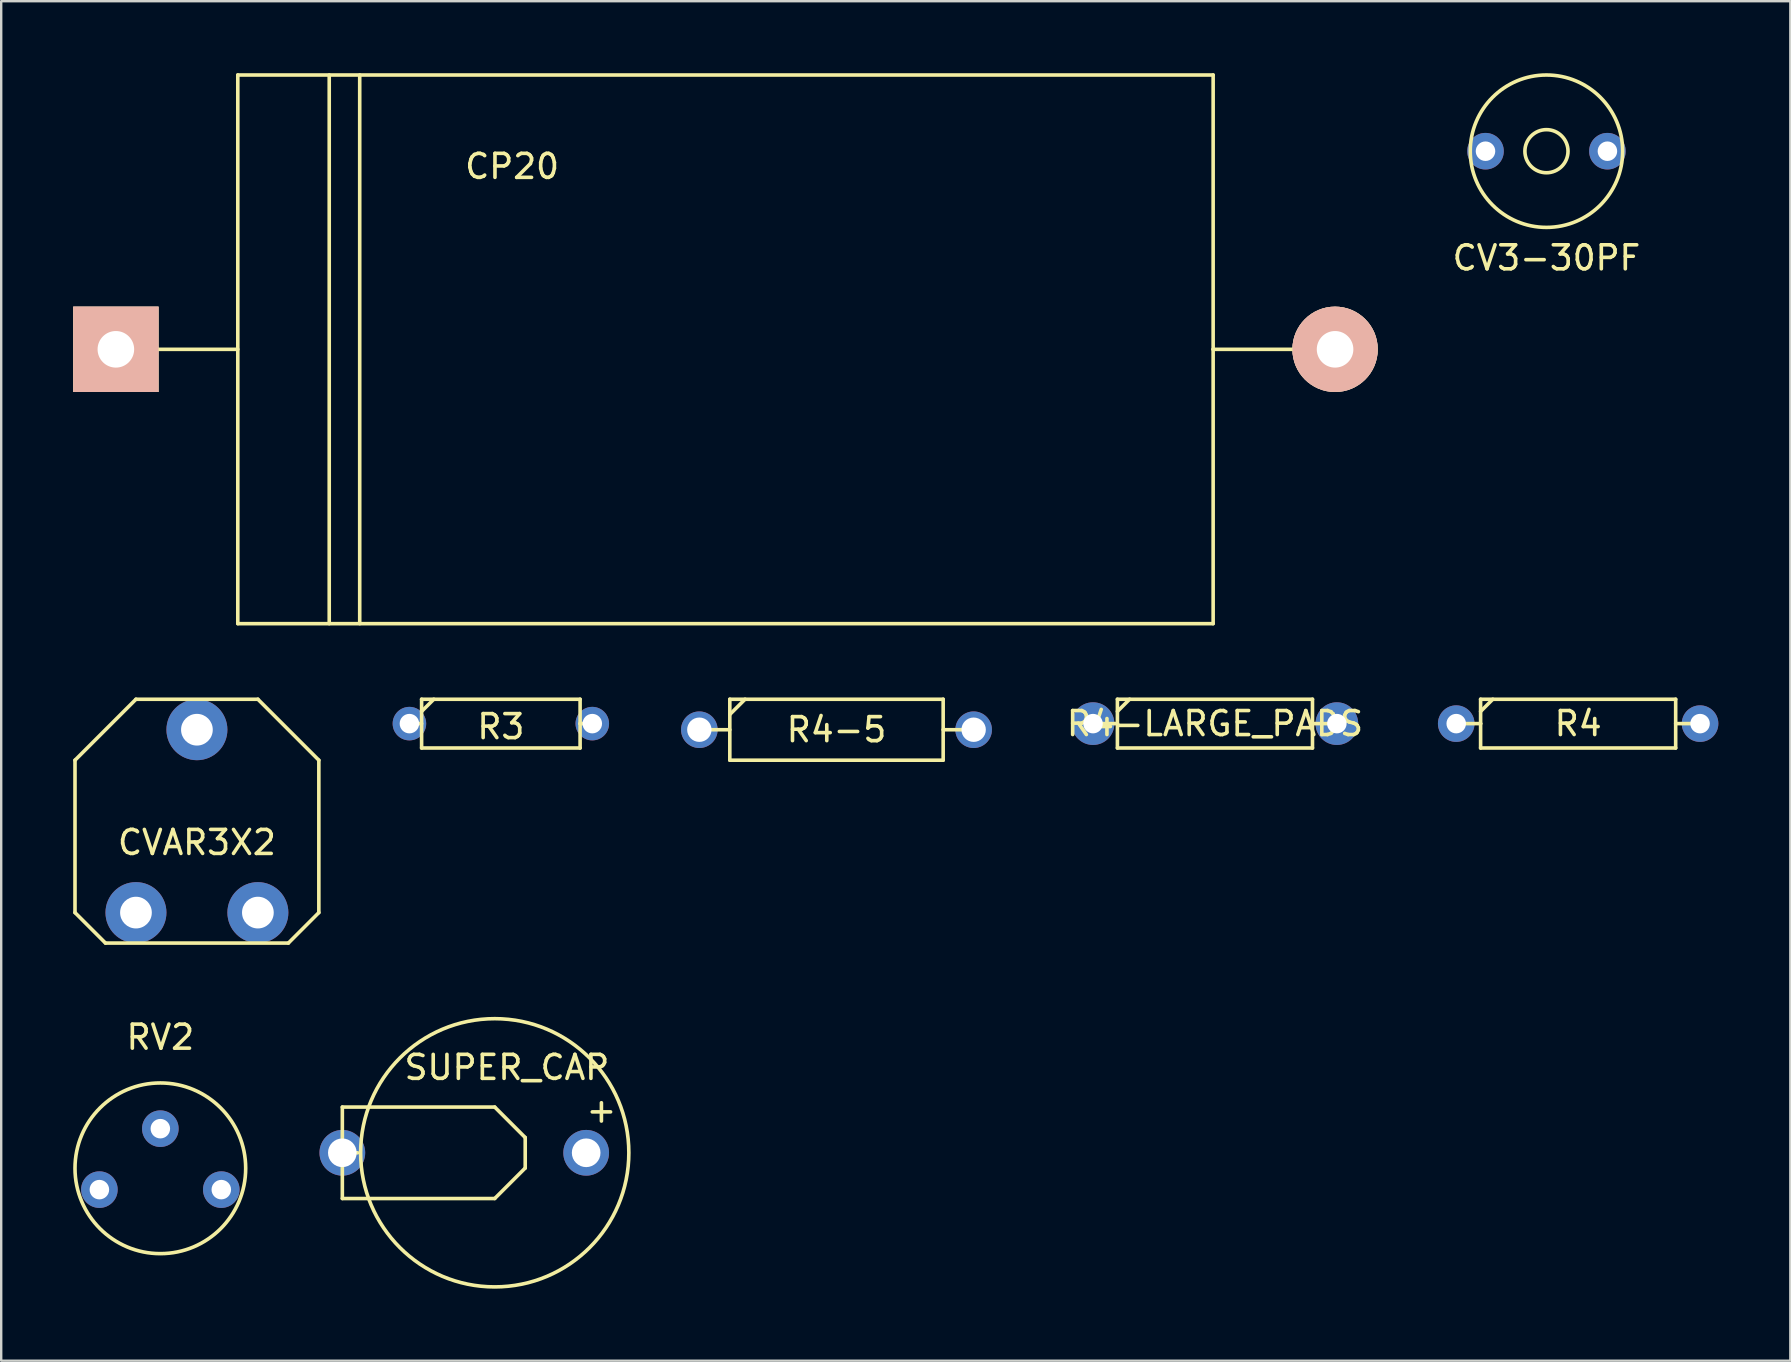
<source format=kicad_pcb>
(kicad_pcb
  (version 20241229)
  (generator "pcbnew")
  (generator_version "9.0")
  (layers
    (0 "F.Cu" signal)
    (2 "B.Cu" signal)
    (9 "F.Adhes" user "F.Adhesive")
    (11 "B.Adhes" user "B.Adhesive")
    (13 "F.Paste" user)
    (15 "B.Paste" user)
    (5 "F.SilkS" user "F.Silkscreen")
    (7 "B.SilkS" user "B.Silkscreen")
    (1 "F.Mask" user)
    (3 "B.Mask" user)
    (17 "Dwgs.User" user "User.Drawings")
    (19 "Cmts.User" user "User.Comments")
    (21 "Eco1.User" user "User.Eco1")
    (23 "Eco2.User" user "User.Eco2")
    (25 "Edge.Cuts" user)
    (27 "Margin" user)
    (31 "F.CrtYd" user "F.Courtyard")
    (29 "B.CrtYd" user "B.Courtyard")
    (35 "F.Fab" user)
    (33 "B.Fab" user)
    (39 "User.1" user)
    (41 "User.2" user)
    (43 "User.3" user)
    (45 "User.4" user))
  (footprint "R4-LARGE_PADS"
    (layer "F.Cu")
    (at 47.573 27.101)
    (property "Reference" "R4-LARGE_PADS" (at 0 0 0) (layer "F.SilkS") (effects (font (size 1 1) (thickness 0.15))))
    (attr through_hole)
    (fp_line (start -5.08 0) (end -4.064 0) (stroke (width 0.15) (type solid)) (layer "F.SilkS"))
    (fp_line (start -4.064 -1.016) (end 4.064 -1.016) (stroke (width 0.15) (type solid)) (layer "F.SilkS"))
    (fp_line (start -4.064 -0.508) (end -3.556 -1.016) (stroke (width 0.15) (type solid)) (layer "F.SilkS"))
    (fp_line (start -4.064 0) (end -4.064 -1.016) (stroke (width 0.15) (type solid)) (layer "F.SilkS"))
    (fp_line (start -4.064 1.016) (end -4.064 0) (stroke (width 0.15) (type solid)) (layer "F.SilkS"))
    (fp_line (start 4.064 -1.016) (end 4.064 1.016) (stroke (width 0.15) (type solid)) (layer "F.SilkS"))
    (fp_line (start 4.064 1.016) (end -4.064 1.016) (stroke (width 0.15) (type solid)) (layer "F.SilkS"))
    (fp_line (start 5.08 0) (end 4.064 0) (stroke (width 0.15) (type solid)) (layer "F.SilkS"))
    (pad "1" thru_hole circle (at -5.08 0) (size 1.778 1.778) (drill 0.813) (layers "*.Cu" "*.Mask"))
    (pad "2" thru_hole circle (at 5.08 0) (size 1.778 1.778) (drill 0.813) (layers "*.Cu" "*.Mask")))
  (footprint "R4-5"
    (layer "F.Cu")
    (at 31.804 27.355)
    (property "Reference" "R4-5" (at 0 0 0) (layer "F.SilkS") (effects (font (size 1 1) (thickness 0.15))))
    (attr through_hole)
    (fp_line (start -4.445 -1.27) (end -4.445 1.27) (stroke (width 0.15) (type solid)) (layer "F.SilkS"))
    (fp_line (start -4.445 -0.635) (end -3.81 -1.27) (stroke (width 0.15) (type solid)) (layer "F.SilkS"))
    (fp_line (start -4.445 0) (end -5.715 0) (stroke (width 0.15) (type solid)) (layer "F.SilkS"))
    (fp_line (start -4.445 1.27) (end 4.445 1.27) (stroke (width 0.15) (type solid)) (layer "F.SilkS"))
    (fp_line (start 4.445 -1.27) (end -4.445 -1.27) (stroke (width 0.15) (type solid)) (layer "F.SilkS"))
    (fp_line (start 4.445 0) (end 5.715 0) (stroke (width 0.15) (type solid)) (layer "F.SilkS"))
    (fp_line (start 4.445 1.27) (end 4.445 -1.27) (stroke (width 0.15) (type solid)) (layer "F.SilkS"))
    (pad "1" thru_hole circle (at -5.715 0) (size 1.524 1.524) (drill 1.016) (layers "*.Cu" "*.Mask"))
    (pad "2" thru_hole circle (at 5.715 0) (size 1.524 1.524) (drill 1.016) (layers "*.Cu" "*.Mask")))
  (footprint "R4"
    (layer "F.Cu")
    (at 62.706 27.101)
    (property "Reference" "R4" (at 0 0 0) (layer "F.SilkS") (effects (font (size 1 1) (thickness 0.15))))
    (attr through_hole)
    (fp_line (start -5.08 0) (end -4.064 0) (stroke (width 0.15) (type solid)) (layer "F.SilkS"))
    (fp_line (start -4.064 -1.016) (end 4.064 -1.016) (stroke (width 0.15) (type solid)) (layer "F.SilkS"))
    (fp_line (start -4.064 -0.508) (end -3.556 -1.016) (stroke (width 0.15) (type solid)) (layer "F.SilkS"))
    (fp_line (start -4.064 0) (end -4.064 -1.016) (stroke (width 0.15) (type solid)) (layer "F.SilkS"))
    (fp_line (start -4.064 1.016) (end -4.064 0) (stroke (width 0.15) (type solid)) (layer "F.SilkS"))
    (fp_line (start 4.064 -1.016) (end 4.064 1.016) (stroke (width 0.15) (type solid)) (layer "F.SilkS"))
    (fp_line (start 4.064 1.016) (end -4.064 1.016) (stroke (width 0.15) (type solid)) (layer "F.SilkS"))
    (fp_line (start 5.08 0) (end 4.064 0) (stroke (width 0.15) (type solid)) (layer "F.SilkS"))
    (pad "1" thru_hole circle (at -5.08 0) (size 1.524 1.524) (drill 0.813) (layers "*.Cu" "*.Mask"))
    (pad "2" thru_hole circle (at 5.08 0) (size 1.524 1.524) (drill 0.813) (layers "*.Cu" "*.Mask")))
  (footprint "CVAR3X2"
    (layer "F.Cu")
    (at 5.155 31.165)
    (property "Reference" "CVAR3X2" (at 0 0.889 0) (layer "F.SilkS") (effects (font (size 1 1) (thickness 0.15))))
    (attr through_hole)
    (fp_line (start -5.08 -2.54) (end -5.08 3.81) (stroke (width 0.15) (type solid)) (layer "F.SilkS"))
    (fp_line (start -5.08 3.81) (end -3.81 5.08) (stroke (width 0.15) (type solid)) (layer "F.SilkS"))
    (fp_line (start -3.81 5.08) (end 3.81 5.08) (stroke (width 0.15) (type solid)) (layer "F.SilkS"))
    (fp_line (start -2.54 -5.08) (end -5.08 -2.54) (stroke (width 0.15) (type solid)) (layer "F.SilkS"))
    (fp_line (start 2.54 -5.08) (end -2.54 -5.08) (stroke (width 0.15) (type solid)) (layer "F.SilkS"))
    (fp_line (start 3.81 5.08) (end 5.08 3.81) (stroke (width 0.15) (type solid)) (layer "F.SilkS"))
    (fp_line (start 5.08 -2.54) (end 2.54 -5.08) (stroke (width 0.15) (type solid)) (layer "F.SilkS"))
    (fp_line (start 5.08 3.81) (end 5.08 -2.54) (stroke (width 0.15) (type solid)) (layer "F.SilkS"))
    (pad "1" thru_hole circle (at 0 -3.81) (size 2.54 2.54) (drill 1.321) (layers "*.Cu" "*.Mask"))
    (pad "2" thru_hole circle (at 2.54 3.81) (size 2.54 2.54) (drill 1.321) (layers "*.Cu" "*.Mask"))
    (pad "3" thru_hole circle (at -2.54 3.81) (size 2.54 2.54) (drill 1.321) (layers "*.Cu" "*.Mask")))
  (footprint "CV3-30PF"
    (layer "F.Cu")
    (at 61.386 3.25)
    (property "Reference" "CV3-30PF" (at 0 4.445 0) (layer "F.SilkS") (effects (font (size 1 1) (thickness 0.15))))
    (attr through_hole)
    (fp_circle (center 0 0) (end 0.635 0.635) (stroke (width 0.15) (type solid)) (fill no) (layer "F.SilkS"))
    (fp_circle (center 0 0) (end 3.175 0) (stroke (width 0.15) (type solid)) (fill no) (layer "F.SilkS"))
    (pad "1" thru_hole circle (at 2.54 0) (size 1.524 1.524) (drill 0.813) (layers "*.Cu" "*.Mask"))
    (pad "2" thru_hole circle (at -2.54 0) (size 1.524 1.524) (drill 0.813) (layers "*.Cu" "*.Mask")))
  (footprint "R3"
    (layer "F.Cu")
    (at 17.819 27.101)
    (property "Reference" "R3" (at 0 0.127 0) (layer "F.SilkS") (effects (font (size 1 1) (thickness 0.15))))
    (attr through_hole)
    (fp_line (start -3.81 0) (end -3.302 0) (stroke (width 0.15) (type solid)) (layer "F.SilkS"))
    (fp_line (start -3.302 -1.016) (end -3.302 1.016) (stroke (width 0.15) (type solid)) (layer "F.SilkS"))
    (fp_line (start -3.302 -0.508) (end -2.794 -1.016) (stroke (width 0.15) (type solid)) (layer "F.SilkS"))
    (fp_line (start -3.302 1.016) (end 3.302 1.016) (stroke (width 0.15) (type solid)) (layer "F.SilkS"))
    (fp_line (start 3.302 -1.016) (end -3.302 -1.016) (stroke (width 0.15) (type solid)) (layer "F.SilkS"))
    (fp_line (start 3.302 0) (end 3.302 -1.016) (stroke (width 0.15) (type solid)) (layer "F.SilkS"))
    (fp_line (start 3.302 1.016) (end 3.302 0) (stroke (width 0.15) (type solid)) (layer "F.SilkS"))
    (fp_line (start 3.81 0) (end 3.302 0) (stroke (width 0.15) (type solid)) (layer "F.SilkS"))
    (pad "1" thru_hole circle (at -3.81 0) (size 1.397 1.397) (drill 0.813) (layers "*.Cu" "*.Mask"))
    (pad "2" thru_hole circle (at 3.81 0) (size 1.397 1.397) (drill 0.813) (layers "*.Cu" "*.Mask")))
  (footprint "RV2"
    (layer "F.Cu")
    (at 3.631 45.248)
    (property "Reference" "RV2" (at 0 -5.08 0) (layer "F.SilkS") (effects (font (size 1 1) (thickness 0.15))))
    (attr through_hole)
    (fp_circle (center 0 0.381) (end 0 -3.175) (stroke (width 0.15) (type solid)) (fill no) (layer "F.SilkS"))
    (pad "1" thru_hole circle (at -2.54 1.27) (size 1.524 1.524) (drill 0.813) (layers "*.Cu" "*.Mask"))
    (pad "2" thru_hole circle (at 0 -1.27) (size 1.524 1.524) (drill 0.813) (layers "*.Cu" "*.Mask"))
    (pad "3" thru_hole circle (at 2.54 1.27) (size 1.524 1.524) (drill 0.813) (layers "*.Cu" "*.Mask")))
  (footprint "CP20"
    (layer "F.Cu")
    (at 27.178 11.505)
    (property "Reference" "CP20" (at -8.89 -7.62 0) (layer "F.SilkS") (effects (font (size 1 1) (thickness 0.15))))
    (attr through_hole)
    (fp_line (start -25.4 0) (end -20.32 0) (stroke (width 0.15) (type solid)) (layer "F.SilkS"))
    (fp_line (start -20.32 -11.43) (end -20.32 11.43) (stroke (width 0.15) (type solid)) (layer "F.SilkS"))
    (fp_line (start -20.32 11.43) (end 20.32 11.43) (stroke (width 0.15) (type solid)) (layer "F.SilkS"))
    (fp_line (start -16.51 -11.43) (end -16.51 11.43) (stroke (width 0.15) (type solid)) (layer "F.SilkS"))
    (fp_line (start -15.24 11.43) (end -15.24 -11.43) (stroke (width 0.15) (type solid)) (layer "F.SilkS"))
    (fp_line (start 20.32 -11.43) (end -20.32 -11.43) (stroke (width 0.15) (type solid)) (layer "F.SilkS"))
    (fp_line (start 20.32 0) (end 20.32 -11.43) (stroke (width 0.15) (type solid)) (layer "F.SilkS"))
    (fp_line (start 20.32 11.43) (end 20.32 0) (stroke (width 0.15) (type solid)) (layer "F.SilkS"))
    (fp_line (start 25.4 0) (end 20.32 0) (stroke (width 0.15) (type solid)) (layer "F.SilkS"))
    (pad "1" thru_hole rect (at -25.4 0) (size 3.556 3.556) (drill 1.524) (layers "*.Cu" "*.SilkS" "*.Mask"))
    (pad "2" thru_hole circle (at 25.4 0) (size 3.556 3.556) (drill 1.524) (layers "*.Cu" "*.SilkS" "*.Mask")))
  (footprint "SUPER_CAP"
    (layer "F.Cu")
    (at 17.564 44.983)
    (property "Reference" "SUPER_CAP" (at 0.508 -3.556 0) (layer "F.SilkS") (effects (font (size 1 1) (thickness 0.15))))
    (attr through_hole)
    (fp_line (start -6.35 -1.905) (end -6.35 1.905) (stroke (width 0.15) (type solid)) (layer "F.SilkS"))
    (fp_line (start -6.35 1.905) (end 0 1.905) (stroke (width 0.15) (type solid)) (layer "F.SilkS"))
    (fp_line (start -5.715 0) (end -6.35 0) (stroke (width 0.15) (type solid)) (layer "F.SilkS"))
    (fp_line (start 0 -1.905) (end -6.35 -1.905) (stroke (width 0.15) (type solid)) (layer "F.SilkS"))
    (fp_line (start 0 1.905) (end 1.27 0.635) (stroke (width 0.15) (type solid)) (layer "F.SilkS"))
    (fp_line (start 1.27 -0.635) (end 0 -1.905) (stroke (width 0.15) (type solid)) (layer "F.SilkS"))
    (fp_line (start 1.27 0.635) (end 1.27 -0.635) (stroke (width 0.15) (type solid)) (layer "F.SilkS"))
    (fp_circle (center 0 0) (end 0 -5.588) (stroke (width 0.15) (type solid)) (fill no) (layer "F.SilkS"))
    (fp_text user "+" (at 4.445 -1.778 0) (layer "F.SilkS") (effects (font (size 1 1) (thickness 0.15))))
    (pad "1" thru_hole circle (at 3.81 0) (size 1.905 1.905) (drill 1.194) (layers "*.Cu" "*.Mask"))
    (pad "2" thru_hole circle (at -6.35 0) (size 1.905 1.905) (drill 1.194) (layers "*.Cu" "*.Mask")))
  (gr_rect
    (start -3 -3)
    (end 71.548 53.646)
    (stroke (width 0.1) (type default))
    (fill no)
    (layer "Edge.Cuts")))
</source>
